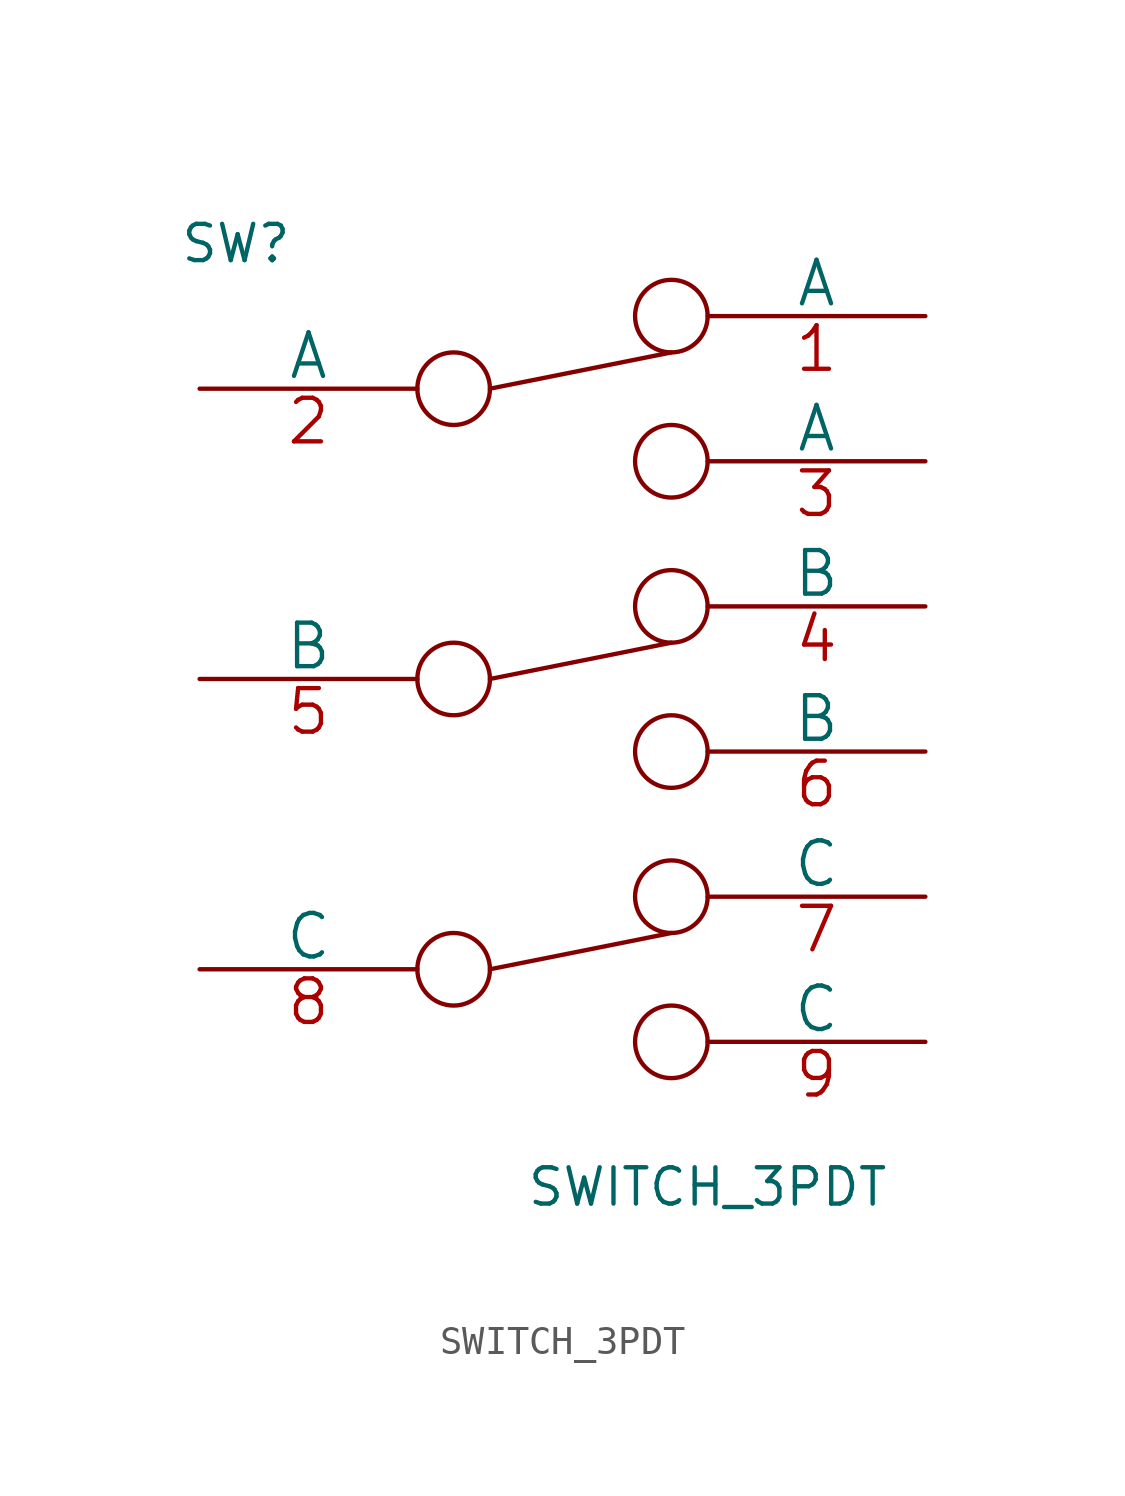
<source format=kicad_sym>
(kicad_symbol_lib
  (version 20211014)
  (generator kicad_symbol_editor)
  (symbol "SWITCH_3PDT"
    (pin_names
      (offset 0))
    (property "Reference" "SW"
      (at -11.43 15.24 0)
      (effects (font (size 1.27 1.27))))
    (property "Value" "SWITCH_3PDT"
      (at 5.08 -17.78 0)
      (effects (font (size 1.27 1.27))))
    (property "Footprint" ""
      (at 0 10.16 0)
      (effects (font (size 1.524 1.524))))
    (property "Datasheet" ""
      (at 0 10.16 0)
      (effects (font (size 1.524 1.524))))
    (symbol "SWITCH_3PDT_0_0"
      (circle (center -3.81 -10.16) (radius 1.27) (stroke (width 0) (type default) (color 0 0 0 0)) (fill (type none)))
      (circle (center -3.81 0) (radius 1.27) (stroke (width 0) (type default) (color 0 0 0 0)) (fill (type none)))
      (circle (center -3.81 10.16) (radius 1.27) (stroke (width 0) (type default) (color 0 0 0 0)) (fill (type none)))
      (circle (center 3.81 -12.7) (radius 1.27) (stroke (width 0) (type default) (color 0 0 0 0)) (fill (type none)))
      (circle (center 3.81 -2.54) (radius 1.27) (stroke (width 0) (type default) (color 0 0 0 0)) (fill (type none)))
      (circle (center 3.81 7.62) (radius 1.27) (stroke (width 0) (type default) (color 0 0 0 0)) (fill (type none))))
    (symbol "SWITCH_3PDT_0_1"
      (polyline (pts (xy -2.54 -10.16) (xy 3.81 -8.89)) (stroke (width 0) (type default) (color 0 0 0 0)) (fill (type none)))
      (polyline (pts (xy -2.54 0) (xy 3.81 1.27)) (stroke (width 0) (type default) (color 0 0 0 0)) (fill (type none)))
      (polyline (pts (xy -2.54 10.16) (xy 3.81 11.43)) (stroke (width 0) (type default) (color 0 0 0 0)) (fill (type none)))
      (circle (center 3.81 -7.62) (radius 1.27) (stroke (width 0) (type default) (color 0 0 0 0)) (fill (type none)))
      (circle (center 3.81 2.54) (radius 1.27) (stroke (width 0) (type default) (color 0 0 0 0)) (fill (type none)))
      (circle (center 3.81 12.7) (radius 1.27) (stroke (width 0) (type default) (color 0 0 0 0)) (fill (type none))))
    (symbol "SWITCH_3PDT_1_1"
      (pin passive line (at 12.7 12.7 180) (length 7.62) (name "A" (effects (font (size 1.524 1.524)))) (number "1" (effects (font (size 1.524 1.524)))))
      (pin passive line (at -12.7 10.16 0) (length 7.62) (name "A" (effects (font (size 1.524 1.524)))) (number "2" (effects (font (size 1.524 1.524)))))
      (pin passive line (at 12.7 7.62 180) (length 7.62) (name "A" (effects (font (size 1.524 1.524)))) (number "3" (effects (font (size 1.524 1.524)))))
      (pin passive line (at 12.7 2.54 180) (length 7.62) (name "B" (effects (font (size 1.524 1.524)))) (number "4" (effects (font (size 1.524 1.524)))))
      (pin passive line (at -12.7 0 0) (length 7.62) (name "B" (effects (font (size 1.524 1.524)))) (number "5" (effects (font (size 1.524 1.524)))))
      (pin passive line (at 12.7 -2.54 180) (length 7.62) (name "B" (effects (font (size 1.524 1.524)))) (number "6" (effects (font (size 1.524 1.524)))))
      (pin passive line (at 12.7 -7.62 180) (length 7.62) (name "C" (effects (font (size 1.524 1.524)))) (number "7" (effects (font (size 1.524 1.524)))))
      (pin passive line (at -12.7 -10.16 0) (length 7.62) (name "C" (effects (font (size 1.524 1.524)))) (number "8" (effects (font (size 1.524 1.524)))))
      (pin passive line (at 12.7 -12.7 180) (length 7.62) (name "C" (effects (font (size 1.524 1.524)))) (number "9" (effects (font (size 1.524 1.524))))))))
</source>
